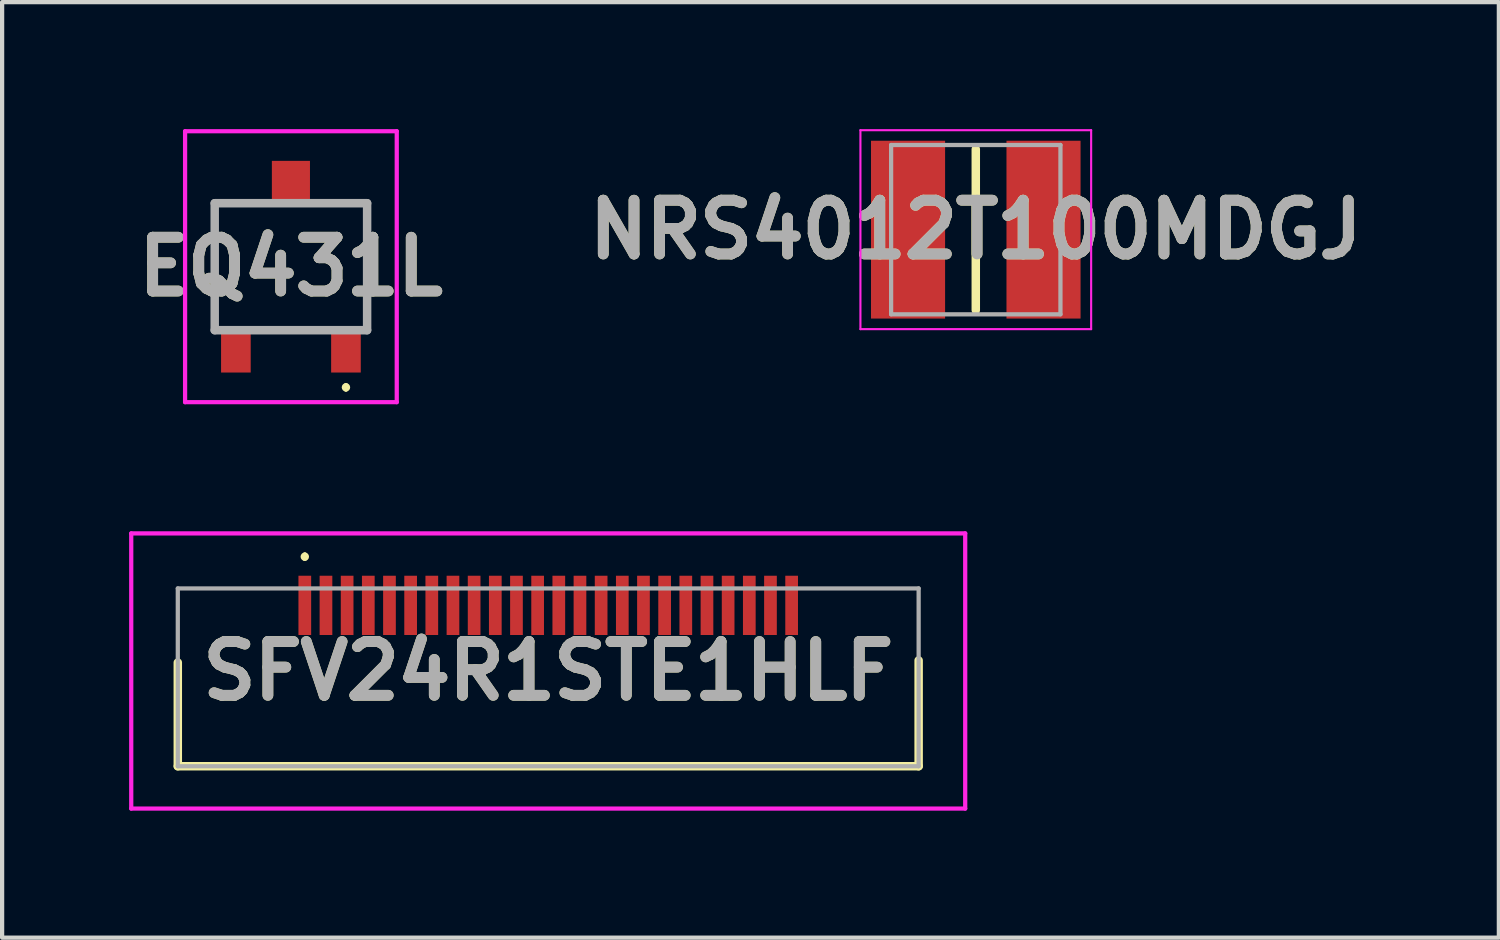
<source format=kicad_pcb>
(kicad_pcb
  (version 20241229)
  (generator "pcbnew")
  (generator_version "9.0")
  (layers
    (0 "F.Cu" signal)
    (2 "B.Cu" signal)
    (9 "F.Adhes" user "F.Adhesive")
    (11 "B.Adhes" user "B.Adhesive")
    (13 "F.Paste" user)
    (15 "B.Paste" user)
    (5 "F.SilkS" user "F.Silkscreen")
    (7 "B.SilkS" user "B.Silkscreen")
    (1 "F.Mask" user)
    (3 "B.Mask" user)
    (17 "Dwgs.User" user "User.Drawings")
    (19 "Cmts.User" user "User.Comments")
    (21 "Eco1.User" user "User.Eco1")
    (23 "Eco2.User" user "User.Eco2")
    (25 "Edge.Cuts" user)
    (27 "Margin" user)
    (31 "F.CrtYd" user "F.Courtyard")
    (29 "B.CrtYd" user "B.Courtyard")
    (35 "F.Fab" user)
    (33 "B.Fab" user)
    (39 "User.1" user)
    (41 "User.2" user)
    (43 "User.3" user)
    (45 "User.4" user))
  (footprint "EQ431L"
    (layer "F.Cu")
    (at 3.822 3.25)
    (property "Reference" "EQ431L" (at 0 0 0) (layer "F.SilkS") (effects (font (size 1.27 1.27) (thickness 0.254))))
    (attr smd)
    (fp_line (start -1.8 -1.5) (end -1 -1.5) (stroke (width 0.1) (type solid)) (layer "F.SilkS"))
    (fp_line (start -1.8 1) (end -1.8 -1.5) (stroke (width 0.1) (type solid)) (layer "F.SilkS"))
    (fp_line (start 1 -1.5) (end 1.8 -1.5) (stroke (width 0.1) (type solid)) (layer "F.SilkS"))
    (fp_line (start 1.3 2.8) (end 1.3 2.8) (stroke (width 0.1) (type solid)) (layer "F.SilkS"))
    (fp_line (start 1.3 2.9) (end 1.3 2.9) (stroke (width 0.1) (type solid)) (layer "F.SilkS"))
    (fp_line (start 1.8 -1.5) (end 1.8 1) (stroke (width 0.1) (type solid)) (layer "F.SilkS"))
    (fp_arc (start 1.3 2.8) (mid 1.35 2.85) (end 1.3 2.9) (stroke (width 0.1) (type solid)) (layer "F.SilkS"))
    (fp_arc (start 1.3 2.9) (mid 1.25 2.85) (end 1.3 2.8) (stroke (width 0.1) (type solid)) (layer "F.SilkS"))
    (fp_line (start -2.5 -3.2) (end 2.5 -3.2) (stroke (width 0.1) (type solid)) (layer "F.CrtYd"))
    (fp_line (start -2.5 3.2) (end -2.5 -3.2) (stroke (width 0.1) (type solid)) (layer "F.CrtYd"))
    (fp_line (start 2.5 -3.2) (end 2.5 3.2) (stroke (width 0.1) (type solid)) (layer "F.CrtYd"))
    (fp_line (start 2.5 3.2) (end -2.5 3.2) (stroke (width 0.1) (type solid)) (layer "F.CrtYd"))
    (fp_line (start -1.8 -1.5) (end 1.8 -1.5) (stroke (width 0.2) (type solid)) (layer "F.Fab"))
    (fp_line (start -1.8 1.5) (end -1.8 -1.5) (stroke (width 0.2) (type solid)) (layer "F.Fab"))
    (fp_line (start 1.8 -1.5) (end 1.8 1.5) (stroke (width 0.2) (type solid)) (layer "F.Fab"))
    (fp_line (start 1.8 1.5) (end -1.8 1.5) (stroke (width 0.2) (type solid)) (layer "F.Fab"))
    (fp_text user "${REFERENCE}" (at 0 0 0) (layer "F.Fab") (effects (font (size 1.27 1.27) (thickness 0.254))))
    (pad "1" smd rect (at 1.3 2) (size 0.7 1) (layers "F.Cu" "F.Mask" "F.Paste"))
    (pad "2" smd rect (at 0 -2) (size 0.9 1) (layers "F.Cu" "F.Mask" "F.Paste"))
    (pad "3" smd rect (at -1.3 2) (size 0.7 1) (layers "F.Cu" "F.Mask" "F.Paste")))
  (footprint "SFV24R1STE1HLF"
    (layer "F.Cu")
    (at 9.9 12.95)
    (property "Reference" "SFV24R1STE1HLF" (at 0 -0.15 0) (layer "F.SilkS") (effects (font (size 1.27 1.27) (thickness 0.254))))
    (attr smd)
    (fp_line (start -8.75 2.1) (end -8.75 -0.35) (stroke (width 0.2) (type solid)) (layer "F.SilkS"))
    (fp_line (start -5.75 -2.9) (end -5.75 -2.9) (stroke (width 0.1) (type solid)) (layer "F.SilkS"))
    (fp_line (start -5.75 -2.8) (end -5.75 -2.8) (stroke (width 0.1) (type solid)) (layer "F.SilkS"))
    (fp_line (start 8.75 -0.4) (end 8.75 2.1) (stroke (width 0.2) (type solid)) (layer "F.SilkS"))
    (fp_line (start 8.75 2.1) (end -8.75 2.1) (stroke (width 0.2) (type solid)) (layer "F.SilkS"))
    (fp_arc (start -5.75 -2.9) (mid -5.7 -2.85) (end -5.75 -2.8) (stroke (width 0.1) (type solid)) (layer "F.SilkS"))
    (fp_arc (start -5.75 -2.8) (mid -5.8 -2.85) (end -5.75 -2.9) (stroke (width 0.1) (type solid)) (layer "F.SilkS"))
    (fp_line (start -9.85 -3.4) (end 9.85 -3.4) (stroke (width 0.1) (type solid)) (layer "F.CrtYd"))
    (fp_line (start -9.85 3.1) (end -9.85 -3.4) (stroke (width 0.1) (type solid)) (layer "F.CrtYd"))
    (fp_line (start 9.85 -3.4) (end 9.85 3.1) (stroke (width 0.1) (type solid)) (layer "F.CrtYd"))
    (fp_line (start 9.85 3.1) (end -9.85 3.1) (stroke (width 0.1) (type solid)) (layer "F.CrtYd"))
    (fp_line (start -8.75 -2.1) (end 8.75 -2.1) (stroke (width 0.1) (type solid)) (layer "F.Fab"))
    (fp_line (start -8.75 2.1) (end -8.75 -2.1) (stroke (width 0.1) (type solid)) (layer "F.Fab"))
    (fp_line (start 8.75 -2.1) (end 8.75 2.1) (stroke (width 0.1) (type solid)) (layer "F.Fab"))
    (fp_line (start 8.75 2.1) (end -8.75 2.1) (stroke (width 0.1) (type solid)) (layer "F.Fab"))
    (fp_text user "${REFERENCE}" (at 0 -0.15 0) (layer "F.Fab") (effects (font (size 1.27 1.27) (thickness 0.254))))
    (pad "1" smd rect (at -5.75 -1.7) (size 0.3 1.4) (layers "F.Cu" "F.Mask" "F.Paste"))
    (pad "2" smd rect (at -5.25 -1.7) (size 0.3 1.4) (layers "F.Cu" "F.Mask" "F.Paste"))
    (pad "3" smd rect (at -4.75 -1.7) (size 0.3 1.4) (layers "F.Cu" "F.Mask" "F.Paste"))
    (pad "4" smd rect (at -4.25 -1.7) (size 0.3 1.4) (layers "F.Cu" "F.Mask" "F.Paste"))
    (pad "5" smd rect (at -3.75 -1.7) (size 0.3 1.4) (layers "F.Cu" "F.Mask" "F.Paste"))
    (pad "6" smd rect (at -3.25 -1.7) (size 0.3 1.4) (layers "F.Cu" "F.Mask" "F.Paste"))
    (pad "7" smd rect (at -2.75 -1.7) (size 0.3 1.4) (layers "F.Cu" "F.Mask" "F.Paste"))
    (pad "8" smd rect (at -2.25 -1.7) (size 0.3 1.4) (layers "F.Cu" "F.Mask" "F.Paste"))
    (pad "9" smd rect (at -1.75 -1.7) (size 0.3 1.4) (layers "F.Cu" "F.Mask" "F.Paste"))
    (pad "10" smd rect (at -1.25 -1.7) (size 0.3 1.4) (layers "F.Cu" "F.Mask" "F.Paste"))
    (pad "11" smd rect (at -0.75 -1.7) (size 0.3 1.4) (layers "F.Cu" "F.Mask" "F.Paste"))
    (pad "12" smd rect (at -0.25 -1.7) (size 0.3 1.4) (layers "F.Cu" "F.Mask" "F.Paste"))
    (pad "13" smd rect (at 0.25 -1.7) (size 0.3 1.4) (layers "F.Cu" "F.Mask" "F.Paste"))
    (pad "14" smd rect (at 0.75 -1.7) (size 0.3 1.4) (layers "F.Cu" "F.Mask" "F.Paste"))
    (pad "15" smd rect (at 1.25 -1.7) (size 0.3 1.4) (layers "F.Cu" "F.Mask" "F.Paste"))
    (pad "16" smd rect (at 1.75 -1.7) (size 0.3 1.4) (layers "F.Cu" "F.Mask" "F.Paste"))
    (pad "17" smd rect (at 2.25 -1.7) (size 0.3 1.4) (layers "F.Cu" "F.Mask" "F.Paste"))
    (pad "18" smd rect (at 2.75 -1.7) (size 0.3 1.4) (layers "F.Cu" "F.Mask" "F.Paste"))
    (pad "19" smd rect (at 3.25 -1.7) (size 0.3 1.4) (layers "F.Cu" "F.Mask" "F.Paste"))
    (pad "20" smd rect (at 3.75 -1.7) (size 0.3 1.4) (layers "F.Cu" "F.Mask" "F.Paste"))
    (pad "21" smd rect (at 4.25 -1.7) (size 0.3 1.4) (layers "F.Cu" "F.Mask" "F.Paste"))
    (pad "22" smd rect (at 4.75 -1.7) (size 0.3 1.4) (layers "F.Cu" "F.Mask" "F.Paste"))
    (pad "23" smd rect (at 5.25 -1.7) (size 0.3 1.4) (layers "F.Cu" "F.Mask" "F.Paste"))
    (pad "24" smd rect (at 5.75 -1.7) (size 0.3 1.4) (layers "F.Cu" "F.Mask" "F.Paste")))
  (footprint "NRS4012T100MDGJ"
    (layer "F.Cu")
    (at 20 2.375)
    (property "Reference" "NRS4012T100MDGJ" (at 0 0 0) (layer "F.SilkS") (effects (font (size 1.27 1.27) (thickness 0.254))))
    (attr smd)
    (fp_line (start 0 -1.9) (end 0 1.9) (stroke (width 0.2) (type solid)) (layer "F.SilkS"))
    (fp_line (start -2.725 -2.35) (end 2.725 -2.35) (stroke (width 0.05) (type solid)) (layer "F.CrtYd"))
    (fp_line (start -2.725 2.35) (end -2.725 -2.35) (stroke (width 0.05) (type solid)) (layer "F.CrtYd"))
    (fp_line (start 2.725 -2.35) (end 2.725 2.35) (stroke (width 0.05) (type solid)) (layer "F.CrtYd"))
    (fp_line (start 2.725 2.35) (end -2.725 2.35) (stroke (width 0.05) (type solid)) (layer "F.CrtYd"))
    (fp_line (start -2 -2) (end 2 -2) (stroke (width 0.1) (type solid)) (layer "F.Fab"))
    (fp_line (start -2 2) (end -2 -2) (stroke (width 0.1) (type solid)) (layer "F.Fab"))
    (fp_line (start 2 -2) (end 2 2) (stroke (width 0.1) (type solid)) (layer "F.Fab"))
    (fp_line (start 2 2) (end -2 2) (stroke (width 0.1) (type solid)) (layer "F.Fab"))
    (fp_text user "${REFERENCE}" (at 0 0 0) (layer "F.Fab") (effects (font (size 1.27 1.27) (thickness 0.254))))
    (pad "1" smd rect (at -1.6 0) (size 1.75 4.2) (layers "F.Cu" "F.Mask" "F.Paste"))
    (pad "2" smd rect (at 1.6 0) (size 1.75 4.2) (layers "F.Cu" "F.Mask" "F.Paste")))
  (gr_rect
    (start -3 -3)
    (end 32.356 19.1)
    (stroke (width 0.1) (type default))
    (fill no)
    (layer "Edge.Cuts")))
</source>
